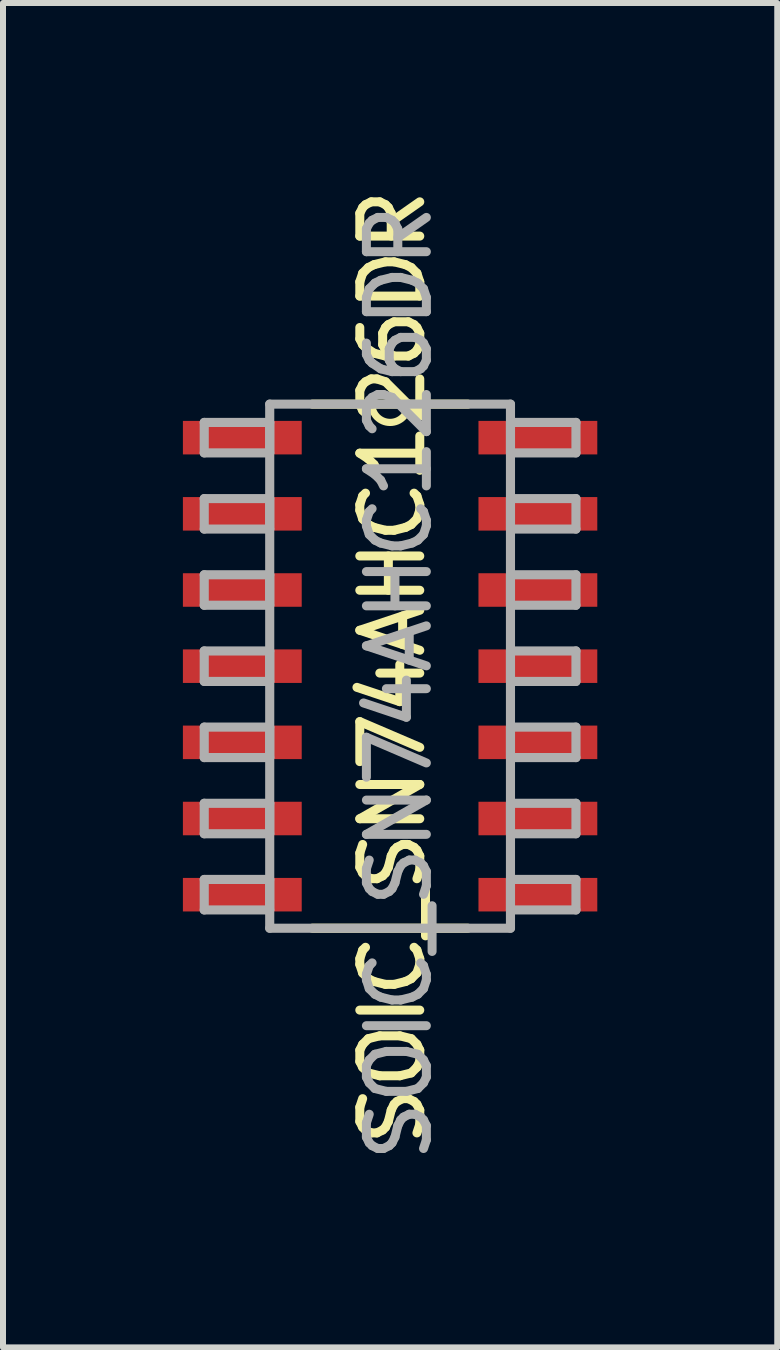
<source format=kicad_pcb>
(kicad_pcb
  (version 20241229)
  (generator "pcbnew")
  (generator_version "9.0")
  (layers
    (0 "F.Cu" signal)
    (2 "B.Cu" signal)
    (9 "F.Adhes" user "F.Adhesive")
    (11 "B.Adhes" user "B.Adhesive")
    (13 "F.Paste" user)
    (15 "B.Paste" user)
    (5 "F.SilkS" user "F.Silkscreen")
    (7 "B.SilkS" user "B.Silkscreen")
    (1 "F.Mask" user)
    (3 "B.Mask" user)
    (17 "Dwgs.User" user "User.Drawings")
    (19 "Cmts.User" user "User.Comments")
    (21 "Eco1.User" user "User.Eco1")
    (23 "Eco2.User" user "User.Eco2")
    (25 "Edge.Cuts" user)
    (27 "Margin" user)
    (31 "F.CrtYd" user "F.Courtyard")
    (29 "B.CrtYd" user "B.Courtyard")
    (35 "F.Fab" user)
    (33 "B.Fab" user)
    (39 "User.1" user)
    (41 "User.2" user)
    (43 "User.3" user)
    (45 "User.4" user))
  (footprint "SOIC_SN74AHC126DR"
    (layer "F.Cu")
    (at 3.454 8.057)
    (property "Reference" "SOIC_SN74AHC126DR" (at 0.04 0.02 270) (layer "F.SilkS") (effects (font (size 1 1) (thickness 0.15))))
    (attr smd)
    (fp_line (start -1.295 4.369) (end 1.295 4.369) (stroke (width 0.152) (type solid)) (layer "F.SilkS"))
    (fp_line (start -0.305 -4.369) (end -1.295 -4.369) (stroke (width 0.152) (type solid)) (layer "F.SilkS"))
    (fp_line (start 0.305 -4.369) (end -0.305 -4.369) (stroke (width 0.152) (type solid)) (layer "F.SilkS"))
    (fp_line (start 1.295 -4.369) (end 0.305 -4.369) (stroke (width 0.152) (type solid)) (layer "F.SilkS"))
    (fp_arc (start 0.3048 -4.3688) (mid 0 -4.064) (end -0.3048 -4.3688) (stroke (width 0.12) (type default)) (layer "F.SilkS"))
    (fp_line (start -3.099 -4.064) (end -3.099 -3.556) (stroke (width 0.152) (type solid)) (layer "F.Fab"))
    (fp_line (start -3.099 -3.556) (end -2.007 -3.556) (stroke (width 0.152) (type solid)) (layer "F.Fab"))
    (fp_line (start -3.099 -2.794) (end -3.099 -2.286) (stroke (width 0.152) (type solid)) (layer "F.Fab"))
    (fp_line (start -3.099 -2.286) (end -2.007 -2.286) (stroke (width 0.152) (type solid)) (layer "F.Fab"))
    (fp_line (start -3.099 -1.524) (end -3.099 -1.016) (stroke (width 0.152) (type solid)) (layer "F.Fab"))
    (fp_line (start -3.099 -1.016) (end -2.007 -1.016) (stroke (width 0.152) (type solid)) (layer "F.Fab"))
    (fp_line (start -3.099 -0.254) (end -3.099 0.254) (stroke (width 0.152) (type solid)) (layer "F.Fab"))
    (fp_line (start -3.099 0.254) (end -2.007 0.254) (stroke (width 0.152) (type solid)) (layer "F.Fab"))
    (fp_line (start -3.099 1.016) (end -3.099 1.524) (stroke (width 0.152) (type solid)) (layer "F.Fab"))
    (fp_line (start -3.099 1.524) (end -2.007 1.524) (stroke (width 0.152) (type solid)) (layer "F.Fab"))
    (fp_line (start -3.099 2.286) (end -3.099 2.794) (stroke (width 0.152) (type solid)) (layer "F.Fab"))
    (fp_line (start -3.099 2.794) (end -2.007 2.794) (stroke (width 0.152) (type solid)) (layer "F.Fab"))
    (fp_line (start -3.099 3.556) (end -3.099 4.064) (stroke (width 0.152) (type solid)) (layer "F.Fab"))
    (fp_line (start -3.099 4.064) (end -2.007 4.064) (stroke (width 0.152) (type solid)) (layer "F.Fab"))
    (fp_line (start -2.007 -4.369) (end -2.007 4.369) (stroke (width 0.152) (type solid)) (layer "F.Fab"))
    (fp_line (start -2.007 -4.064) (end -3.099 -4.064) (stroke (width 0.152) (type solid)) (layer "F.Fab"))
    (fp_line (start -2.007 -3.556) (end -2.007 -4.064) (stroke (width 0.152) (type solid)) (layer "F.Fab"))
    (fp_line (start -2.007 -2.794) (end -3.099 -2.794) (stroke (width 0.152) (type solid)) (layer "F.Fab"))
    (fp_line (start -2.007 -2.286) (end -2.007 -2.794) (stroke (width 0.152) (type solid)) (layer "F.Fab"))
    (fp_line (start -2.007 -1.524) (end -3.099 -1.524) (stroke (width 0.152) (type solid)) (layer "F.Fab"))
    (fp_line (start -2.007 -1.016) (end -2.007 -1.524) (stroke (width 0.152) (type solid)) (layer "F.Fab"))
    (fp_line (start -2.007 -0.254) (end -3.099 -0.254) (stroke (width 0.152) (type solid)) (layer "F.Fab"))
    (fp_line (start -2.007 0.254) (end -2.007 -0.254) (stroke (width 0.152) (type solid)) (layer "F.Fab"))
    (fp_line (start -2.007 1.016) (end -3.099 1.016) (stroke (width 0.152) (type solid)) (layer "F.Fab"))
    (fp_line (start -2.007 1.524) (end -2.007 1.016) (stroke (width 0.152) (type solid)) (layer "F.Fab"))
    (fp_line (start -2.007 2.286) (end -3.099 2.286) (stroke (width 0.152) (type solid)) (layer "F.Fab"))
    (fp_line (start -2.007 2.794) (end -2.007 2.286) (stroke (width 0.152) (type solid)) (layer "F.Fab"))
    (fp_line (start -2.007 3.556) (end -3.099 3.556) (stroke (width 0.152) (type solid)) (layer "F.Fab"))
    (fp_line (start -2.007 4.064) (end -2.007 3.556) (stroke (width 0.152) (type solid)) (layer "F.Fab"))
    (fp_line (start -2.007 4.369) (end 2.007 4.369) (stroke (width 0.152) (type solid)) (layer "F.Fab"))
    (fp_line (start -0.305 -4.369) (end -2.007 -4.369) (stroke (width 0.152) (type solid)) (layer "F.Fab"))
    (fp_line (start 0.305 -4.369) (end -0.305 -4.369) (stroke (width 0.152) (type solid)) (layer "F.Fab"))
    (fp_line (start 2.007 -4.369) (end 0.305 -4.369) (stroke (width 0.152) (type solid)) (layer "F.Fab"))
    (fp_line (start 2.007 -4.064) (end 2.007 -3.556) (stroke (width 0.152) (type solid)) (layer "F.Fab"))
    (fp_line (start 2.007 -3.556) (end 3.099 -3.556) (stroke (width 0.152) (type solid)) (layer "F.Fab"))
    (fp_line (start 2.007 -2.794) (end 2.007 -2.286) (stroke (width 0.152) (type solid)) (layer "F.Fab"))
    (fp_line (start 2.007 -2.286) (end 3.099 -2.286) (stroke (width 0.152) (type solid)) (layer "F.Fab"))
    (fp_line (start 2.007 -1.524) (end 2.007 -1.016) (stroke (width 0.152) (type solid)) (layer "F.Fab"))
    (fp_line (start 2.007 -1.016) (end 3.099 -1.016) (stroke (width 0.152) (type solid)) (layer "F.Fab"))
    (fp_line (start 2.007 -0.254) (end 2.007 0.254) (stroke (width 0.152) (type solid)) (layer "F.Fab"))
    (fp_line (start 2.007 0.254) (end 3.099 0.254) (stroke (width 0.152) (type solid)) (layer "F.Fab"))
    (fp_line (start 2.007 1.016) (end 2.007 1.524) (stroke (width 0.152) (type solid)) (layer "F.Fab"))
    (fp_line (start 2.007 1.524) (end 3.099 1.524) (stroke (width 0.152) (type solid)) (layer "F.Fab"))
    (fp_line (start 2.007 2.286) (end 2.007 2.794) (stroke (width 0.152) (type solid)) (layer "F.Fab"))
    (fp_line (start 2.007 2.794) (end 3.099 2.794) (stroke (width 0.152) (type solid)) (layer "F.Fab"))
    (fp_line (start 2.007 3.556) (end 2.007 4.064) (stroke (width 0.152) (type solid)) (layer "F.Fab"))
    (fp_line (start 2.007 4.064) (end 3.099 4.064) (stroke (width 0.152) (type solid)) (layer "F.Fab"))
    (fp_line (start 2.007 4.369) (end 2.007 -4.369) (stroke (width 0.152) (type solid)) (layer "F.Fab"))
    (fp_line (start 3.099 -4.064) (end 2.007 -4.064) (stroke (width 0.152) (type solid)) (layer "F.Fab"))
    (fp_line (start 3.099 -3.556) (end 3.099 -4.064) (stroke (width 0.152) (type solid)) (layer "F.Fab"))
    (fp_line (start 3.099 -2.794) (end 2.007 -2.794) (stroke (width 0.152) (type solid)) (layer "F.Fab"))
    (fp_line (start 3.099 -2.286) (end 3.099 -2.794) (stroke (width 0.152) (type solid)) (layer "F.Fab"))
    (fp_line (start 3.099 -1.524) (end 2.007 -1.524) (stroke (width 0.152) (type solid)) (layer "F.Fab"))
    (fp_line (start 3.099 -1.016) (end 3.099 -1.524) (stroke (width 0.152) (type solid)) (layer "F.Fab"))
    (fp_line (start 3.099 -0.254) (end 2.007 -0.254) (stroke (width 0.152) (type solid)) (layer "F.Fab"))
    (fp_line (start 3.099 0.254) (end 3.099 -0.254) (stroke (width 0.152) (type solid)) (layer "F.Fab"))
    (fp_line (start 3.099 1.016) (end 2.007 1.016) (stroke (width 0.152) (type solid)) (layer "F.Fab"))
    (fp_line (start 3.099 1.524) (end 3.099 1.016) (stroke (width 0.152) (type solid)) (layer "F.Fab"))
    (fp_line (start 3.099 2.286) (end 2.007 2.286) (stroke (width 0.152) (type solid)) (layer "F.Fab"))
    (fp_line (start 3.099 2.794) (end 3.099 2.286) (stroke (width 0.152) (type solid)) (layer "F.Fab"))
    (fp_line (start 3.099 3.556) (end 2.007 3.556) (stroke (width 0.152) (type solid)) (layer "F.Fab"))
    (fp_line (start 3.099 4.064) (end 3.099 3.556) (stroke (width 0.152) (type solid)) (layer "F.Fab"))
    (fp_text user "${REFERENCE}" (at 0.15 0.28 90) (layer "F.Fab") (effects (font (size 1 1) (thickness 0.15))))
    (pad "1" smd rect (at -2.464 -3.81 90) (size 0.559 1.981) (layers "F.Cu" "F.Mask" "F.Paste"))
    (pad "2" smd rect (at -2.464 -2.54 90) (size 0.559 1.981) (layers "F.Cu" "F.Mask" "F.Paste"))
    (pad "3" smd rect (at -2.464 -1.27 90) (size 0.559 1.981) (layers "F.Cu" "F.Mask" "F.Paste"))
    (pad "4" smd rect (at -2.464 0 90) (size 0.559 1.981) (layers "F.Cu" "F.Mask" "F.Paste"))
    (pad "5" smd rect (at -2.464 1.27 90) (size 0.559 1.981) (layers "F.Cu" "F.Mask" "F.Paste"))
    (pad "6" smd rect (at -2.464 2.54 90) (size 0.559 1.981) (layers "F.Cu" "F.Mask" "F.Paste"))
    (pad "7" smd rect (at -2.464 3.81 90) (size 0.559 1.981) (layers "F.Cu" "F.Mask" "F.Paste"))
    (pad "8" smd rect (at 2.464 3.81 90) (size 0.559 1.981) (layers "F.Cu" "F.Mask" "F.Paste"))
    (pad "9" smd rect (at 2.464 2.54 90) (size 0.559 1.981) (layers "F.Cu" "F.Mask" "F.Paste"))
    (pad "10" smd rect (at 2.464 1.27 90) (size 0.559 1.981) (layers "F.Cu" "F.Mask" "F.Paste"))
    (pad "11" smd rect (at 2.464 0 90) (size 0.559 1.981) (layers "F.Cu" "F.Mask" "F.Paste"))
    (pad "12" smd rect (at 2.464 -1.27 90) (size 0.559 1.981) (layers "F.Cu" "F.Mask" "F.Paste"))
    (pad "13" smd rect (at 2.464 -2.54 90) (size 0.559 1.981) (layers "F.Cu" "F.Mask" "F.Paste"))
    (pad "14" smd rect (at 2.464 -3.81 90) (size 0.559 1.981) (layers "F.Cu" "F.Mask" "F.Paste")))
  (gr_rect
    (start -3 -3)
    (end 9.909 19.415)
    (stroke (width 0.1) (type default))
    (fill no)
    (layer "Edge.Cuts")))
</source>
